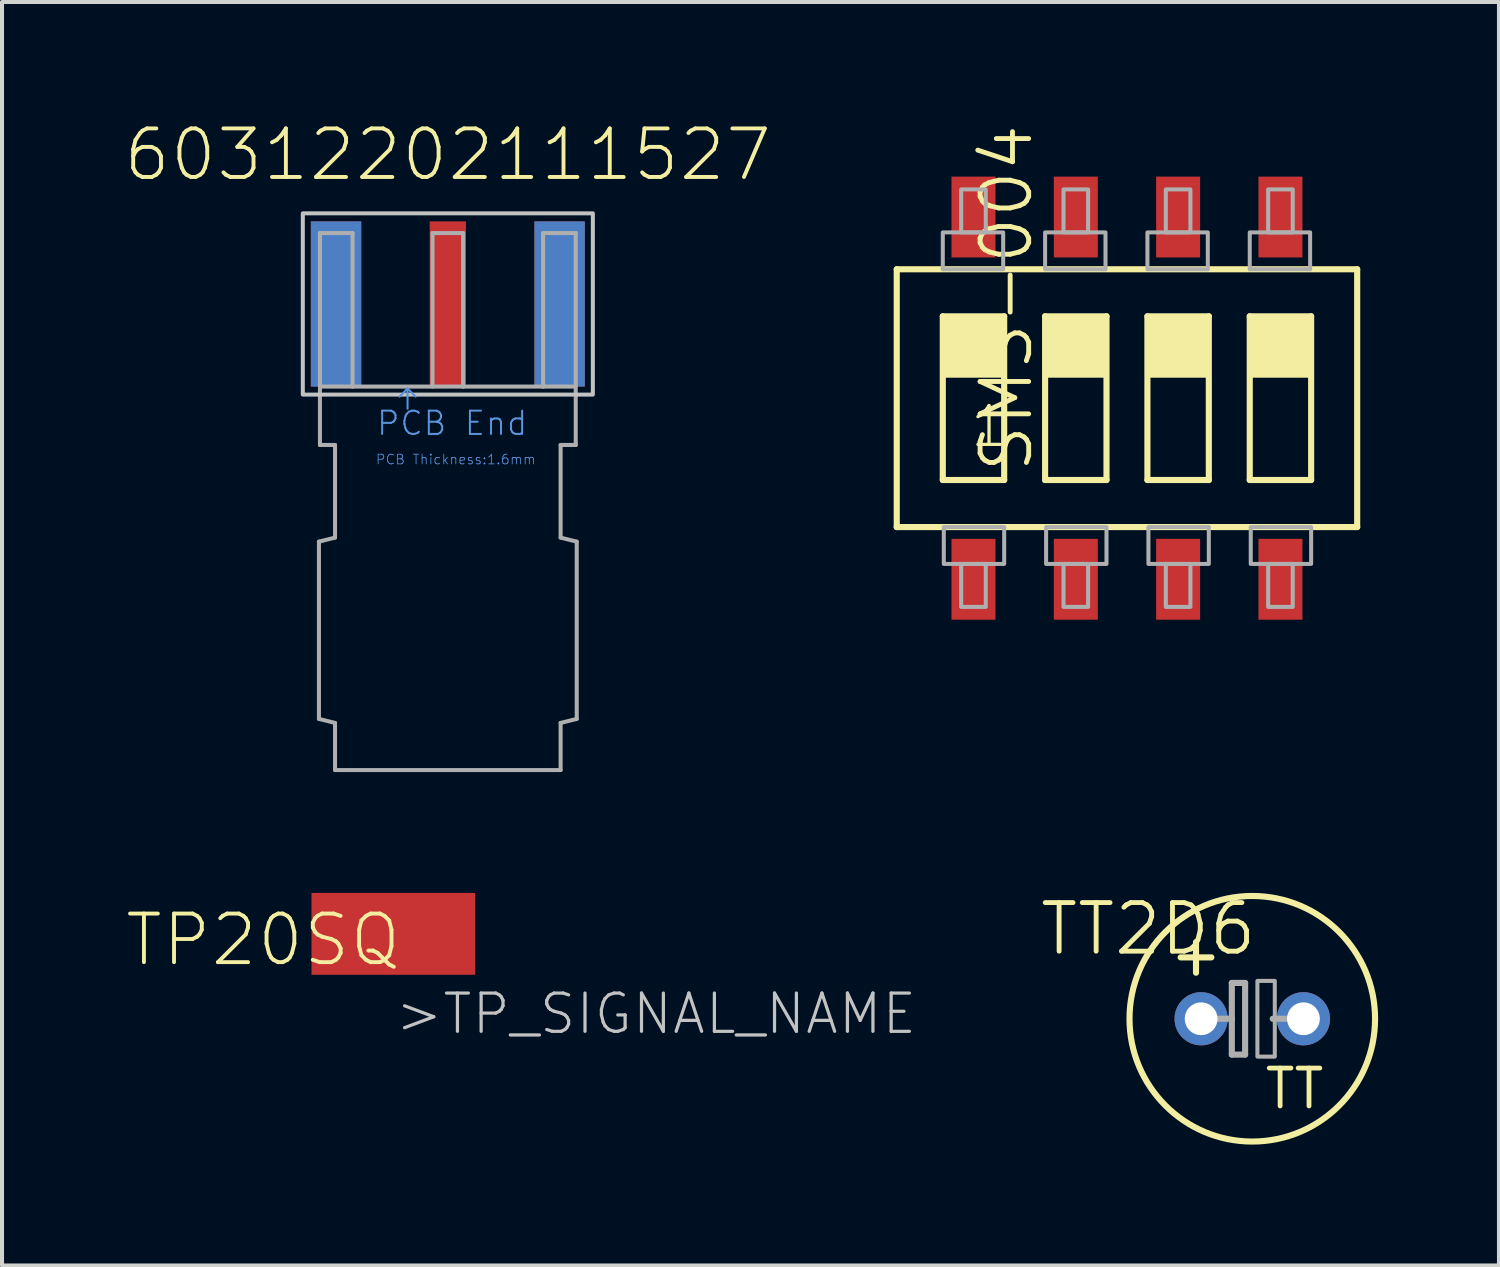
<source format=kicad_pcb>
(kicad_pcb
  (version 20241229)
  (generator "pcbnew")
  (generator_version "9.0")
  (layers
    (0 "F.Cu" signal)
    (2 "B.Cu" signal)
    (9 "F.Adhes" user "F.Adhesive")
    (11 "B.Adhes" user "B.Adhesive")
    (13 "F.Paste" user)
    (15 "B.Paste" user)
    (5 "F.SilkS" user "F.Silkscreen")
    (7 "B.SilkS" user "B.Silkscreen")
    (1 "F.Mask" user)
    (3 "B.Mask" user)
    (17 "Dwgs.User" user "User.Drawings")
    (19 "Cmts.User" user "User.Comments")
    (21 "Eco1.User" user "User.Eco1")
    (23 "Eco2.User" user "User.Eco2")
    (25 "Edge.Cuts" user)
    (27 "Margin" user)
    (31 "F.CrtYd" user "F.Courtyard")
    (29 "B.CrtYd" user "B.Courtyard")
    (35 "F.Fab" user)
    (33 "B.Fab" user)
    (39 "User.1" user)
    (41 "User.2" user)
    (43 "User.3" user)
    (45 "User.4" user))
  (footprint "TP20SQ"
    (layer "F.Cu")
    (at 6.715 20.132)
    (property "Reference" "TP20SQ" (at -6.715 0.855 0) (layer "F.SilkS") (effects (font (size 1.206 1.206) (thickness 0.097)) (justify left bottom)))
    (attr through_hole)
    (fp_text user ">TP_SIGNAL_NAME" (at 0 2.54 0) (layer "Dwgs.User") (effects (font (size 0.95 0.95) (thickness 0.08)) (justify left bottom)))
    (pad "TP" smd rect (at 0 0) (size 4.064 2.032) (layers "F.Cu" "F.Mask")))
  (footprint "SMS-004"
    (layer "F.Cu")
    (at 24.926 6.834)
    (property "Reference" "SMS-004" (at -2.286 1.905 270) (layer "F.SilkS") (effects (font (size 1.206 1.206) (thickness 0.121)) (justify left bottom)))
    (attr through_hole)
    (fp_line (start -5.715 3.2) (end -5.715 -3.2) (stroke (width 0.152) (type solid)) (layer "F.SilkS"))
    (fp_line (start -5.715 3.2) (end 5.715 3.2) (stroke (width 0.152) (type solid)) (layer "F.SilkS"))
    (fp_line (start -4.572 -2.032) (end -3.048 -2.032) (stroke (width 0.152) (type solid)) (layer "F.SilkS"))
    (fp_line (start -4.572 2.032) (end -4.572 -2.032) (stroke (width 0.152) (type solid)) (layer "F.SilkS"))
    (fp_line (start -3.048 -2.032) (end -3.048 2.032) (stroke (width 0.152) (type solid)) (layer "F.SilkS"))
    (fp_line (start -3.048 2.032) (end -4.572 2.032) (stroke (width 0.152) (type solid)) (layer "F.SilkS"))
    (fp_line (start -2.032 -2.032) (end -0.508 -2.032) (stroke (width 0.152) (type solid)) (layer "F.SilkS"))
    (fp_line (start -2.032 2.032) (end -2.032 -2.032) (stroke (width 0.152) (type solid)) (layer "F.SilkS"))
    (fp_line (start -0.508 -2.032) (end -0.508 2.032) (stroke (width 0.152) (type solid)) (layer "F.SilkS"))
    (fp_line (start -0.508 2.032) (end -2.032 2.032) (stroke (width 0.152) (type solid)) (layer "F.SilkS"))
    (fp_line (start 0.508 -2.032) (end 2.032 -2.032) (stroke (width 0.152) (type solid)) (layer "F.SilkS"))
    (fp_line (start 0.508 2.032) (end 0.508 -2.032) (stroke (width 0.152) (type solid)) (layer "F.SilkS"))
    (fp_line (start 2.032 -2.032) (end 2.032 2.032) (stroke (width 0.152) (type solid)) (layer "F.SilkS"))
    (fp_line (start 2.032 2.032) (end 0.508 2.032) (stroke (width 0.152) (type solid)) (layer "F.SilkS"))
    (fp_line (start 3.048 -2.032) (end 4.572 -2.032) (stroke (width 0.152) (type solid)) (layer "F.SilkS"))
    (fp_line (start 3.048 2.032) (end 3.048 -2.032) (stroke (width 0.152) (type solid)) (layer "F.SilkS"))
    (fp_line (start 4.572 -2.032) (end 4.572 2.032) (stroke (width 0.152) (type solid)) (layer "F.SilkS"))
    (fp_line (start 4.572 2.032) (end 3.048 2.032) (stroke (width 0.152) (type solid)) (layer "F.SilkS"))
    (fp_line (start 5.715 -3.2) (end -5.715 -3.2) (stroke (width 0.152) (type solid)) (layer "F.SilkS"))
    (fp_line (start 5.715 -3.2) (end 5.715 3.2) (stroke (width 0.152) (type solid)) (layer "F.SilkS"))
    (fp_poly (pts (xy -4.572 -0.508) (xy -3.048 -0.508) (xy -3.048 -2.032) (xy -4.572 -2.032)) (stroke (width 0) (type solid)) (fill yes) (layer "F.SilkS"))
    (fp_poly (pts (xy -2.032 -0.508) (xy -0.508 -0.508) (xy -0.508 -2.032) (xy -2.032 -2.032)) (stroke (width 0) (type solid)) (fill yes) (layer "F.SilkS"))
    (fp_poly (pts (xy 0.508 -0.508) (xy 2.032 -0.508) (xy 2.032 -2.032) (xy 0.508 -2.032)) (stroke (width 0) (type solid)) (fill yes) (layer "F.SilkS"))
    (fp_poly (pts (xy 3.048 -0.508) (xy 4.572 -0.508) (xy 4.572 -2.032) (xy 3.048 -2.032)) (stroke (width 0) (type solid)) (fill yes) (layer "F.SilkS"))
    (fp_poly (pts (xy -4.572 -3.2) (xy -3.073 -3.2) (xy -3.073 -4.115) (xy -4.572 -4.115)) (stroke (width 0.1) (type solid)) (fill no) (layer "F.Fab"))
    (fp_poly (pts (xy -4.547 4.115) (xy -3.048 4.115) (xy -3.048 3.2) (xy -4.547 3.2)) (stroke (width 0.1) (type solid)) (fill no) (layer "F.Fab"))
    (fp_poly (pts (xy -4.115 -4.115) (xy -3.505 -4.115) (xy -3.505 -5.182) (xy -4.115 -5.182)) (stroke (width 0.1) (type solid)) (fill no) (layer "F.Fab"))
    (fp_poly (pts (xy -4.115 5.182) (xy -3.505 5.182) (xy -3.505 4.115) (xy -4.115 4.115)) (stroke (width 0.1) (type solid)) (fill no) (layer "F.Fab"))
    (fp_poly (pts (xy -2.032 -3.2) (xy -0.533 -3.2) (xy -0.533 -4.115) (xy -2.032 -4.115)) (stroke (width 0.1) (type solid)) (fill no) (layer "F.Fab"))
    (fp_poly (pts (xy -2.007 4.115) (xy -0.508 4.115) (xy -0.508 3.2) (xy -2.007 3.2)) (stroke (width 0.1) (type solid)) (fill no) (layer "F.Fab"))
    (fp_poly (pts (xy -1.575 -4.115) (xy -0.965 -4.115) (xy -0.965 -5.182) (xy -1.575 -5.182)) (stroke (width 0.1) (type solid)) (fill no) (layer "F.Fab"))
    (fp_poly (pts (xy -1.575 5.182) (xy -0.965 5.182) (xy -0.965 4.115) (xy -1.575 4.115)) (stroke (width 0.1) (type solid)) (fill no) (layer "F.Fab"))
    (fp_poly (pts (xy 0.508 -3.2) (xy 2.007 -3.2) (xy 2.007 -4.115) (xy 0.508 -4.115)) (stroke (width 0.1) (type solid)) (fill no) (layer "F.Fab"))
    (fp_poly (pts (xy 0.533 4.115) (xy 2.032 4.115) (xy 2.032 3.2) (xy 0.533 3.2)) (stroke (width 0.1) (type solid)) (fill no) (layer "F.Fab"))
    (fp_poly (pts (xy 0.965 -4.115) (xy 1.575 -4.115) (xy 1.575 -5.182) (xy 0.965 -5.182)) (stroke (width 0.1) (type solid)) (fill no) (layer "F.Fab"))
    (fp_poly (pts (xy 0.965 5.182) (xy 1.575 5.182) (xy 1.575 4.115) (xy 0.965 4.115)) (stroke (width 0.1) (type solid)) (fill no) (layer "F.Fab"))
    (fp_poly (pts (xy 3.048 -3.2) (xy 4.547 -3.2) (xy 4.547 -4.115) (xy 3.048 -4.115)) (stroke (width 0.1) (type solid)) (fill no) (layer "F.Fab"))
    (fp_poly (pts (xy 3.073 4.115) (xy 4.572 4.115) (xy 4.572 3.2) (xy 3.073 3.2)) (stroke (width 0.1) (type solid)) (fill no) (layer "F.Fab"))
    (fp_poly (pts (xy 3.505 -4.115) (xy 4.115 -4.115) (xy 4.115 -5.182) (xy 3.505 -5.182)) (stroke (width 0.1) (type solid)) (fill no) (layer "F.Fab"))
    (fp_poly (pts (xy 3.505 5.182) (xy 4.115 5.182) (xy 4.115 4.115) (xy 3.505 4.115)) (stroke (width 0.1) (type solid)) (fill no) (layer "F.Fab"))
    (fp_text user "1" (at -3.937 1.27 0) (layer "F.SilkS") (effects (font (size 0.965 0.965) (thickness 0.081)) (justify left bottom)))
    (pad "1" smd rect (at -3.81 4.496) (size 1.092 2.007) (layers "F.Cu" "F.Mask" "F.Paste"))
    (pad "2" smd rect (at -1.27 4.496) (size 1.092 2.007) (layers "F.Cu" "F.Mask" "F.Paste"))
    (pad "3" smd rect (at 1.27 4.496) (size 1.092 2.007) (layers "F.Cu" "F.Mask" "F.Paste"))
    (pad "4" smd rect (at 3.81 4.496) (size 1.092 2.007) (layers "F.Cu" "F.Mask" "F.Paste"))
    (pad "5" smd rect (at 3.81 -4.496) (size 1.092 2.007) (layers "F.Cu" "F.Mask" "F.Paste"))
    (pad "6" smd rect (at 1.27 -4.496) (size 1.092 2.007) (layers "F.Cu" "F.Mask" "F.Paste"))
    (pad "7" smd rect (at -1.27 -4.496) (size 1.092 2.007) (layers "F.Cu" "F.Mask" "F.Paste"))
    (pad "8" smd rect (at -3.81 -4.496) (size 1.092 2.007) (layers "F.Cu" "F.Mask" "F.Paste")))
  (footprint "TT2D6"
    (layer "F.Cu")
    (at 28.037 22.24)
    (property "Reference" "TT2D6" (at -5.334 -1.524 0) (layer "F.SilkS") (effects (font (size 1.206 1.206) (thickness 0.121)) (justify left bottom)))
    (attr through_hole)
    (fp_line (start -1.778 -1.524) (end -1.016 -1.524) (stroke (width 0.152) (type solid)) (layer "F.SilkS"))
    (fp_line (start -1.397 -1.143) (end -1.397 -1.905) (stroke (width 0.152) (type solid)) (layer "F.SilkS"))
    (fp_circle (center 0 0) (end 3.048 0) (stroke (width 0.152) (type solid)) (fill no) (layer "F.SilkS"))
    (fp_line (start -1.016 0) (end -0.508 0) (stroke (width 0.152) (type solid)) (layer "F.Fab"))
    (fp_line (start -0.508 -0.889) (end -0.508 0) (stroke (width 0.152) (type solid)) (layer "F.Fab"))
    (fp_line (start -0.508 0) (end -0.508 0.889) (stroke (width 0.152) (type solid)) (layer "F.Fab"))
    (fp_line (start -0.508 0.889) (end -0.178 0.889) (stroke (width 0.152) (type solid)) (layer "F.Fab"))
    (fp_line (start -0.178 -0.889) (end -0.508 -0.889) (stroke (width 0.152) (type solid)) (layer "F.Fab"))
    (fp_line (start -0.178 0.889) (end -0.178 -0.889) (stroke (width 0.152) (type solid)) (layer "F.Fab"))
    (fp_line (start 0.508 0) (end 1.016 0) (stroke (width 0.152) (type solid)) (layer "F.Fab"))
    (fp_poly (pts (xy 0.127 0.94) (xy 0.559 0.94) (xy 0.559 -0.94) (xy 0.127 -0.94)) (stroke (width 0.1) (type solid)) (fill no) (layer "F.Fab"))
    (fp_text user "TT" (at 0.254 2.286 0) (layer "F.SilkS") (effects (font (size 0.941 0.941) (thickness 0.119)) (justify left bottom)))
    (pad "+" thru_hole circle (at -1.27 0) (size 1.321 1.321) (drill 0.813) (layers "*.Cu" "*.Mask"))
    (pad "-" thru_hole circle (at 1.27 0) (size 1.321 1.321) (drill 0.813) (layers "*.Cu" "*.Mask")))
  (footprint "60312202111527"
    (layer "F.Cu")
    (at 8.067 4.496)
    (property "Reference" "60312202111527" (at 0 -3 0) (layer "F.SilkS") (effects (font (size 1.206 1.206) (thickness 0.097)) (justify bottom)))
    (attr through_hole)
    (fp_poly (pts (xy -3.6 -2.25) (xy 3.6 -2.25) (xy 3.6 2.25) (xy -3.6 2.25)) (stroke (width 0.1) (type solid)) (fill no) (layer "Dwgs.User"))
    (fp_line (start -1 2.1) (end -1.2 2.3) (stroke (width 0.05) (type solid)) (layer "Cmts.User"))
    (fp_line (start -1 2.1) (end -0.8 2.3) (stroke (width 0.05) (type solid)) (layer "Cmts.User"))
    (fp_line (start -1 2.6) (end -1 2.1) (stroke (width 0.05) (type solid)) (layer "Cmts.User"))
    (fp_line (start -3.2 5.9) (end -3.2 10.3) (stroke (width 0.1) (type solid)) (layer "F.Fab"))
    (fp_line (start -3.2 10.3) (end -2.8 10.4) (stroke (width 0.1) (type solid)) (layer "F.Fab"))
    (fp_line (start -3.175 -1.76) (end -2.365 -1.76) (stroke (width 0.1) (type solid)) (layer "F.Fab"))
    (fp_line (start -3.175 2.05) (end -3.175 -1.76) (stroke (width 0.1) (type solid)) (layer "F.Fab"))
    (fp_line (start -3.175 2.05) (end -2.365 2.05) (stroke (width 0.1) (type solid)) (layer "F.Fab"))
    (fp_line (start -3.175 2.1) (end -3.175 3.5) (stroke (width 0.1) (type solid)) (layer "F.Fab"))
    (fp_line (start -3.175 3.5) (end -2.8 3.5) (stroke (width 0.1) (type solid)) (layer "F.Fab"))
    (fp_line (start -2.8 3.5) (end -2.8 5.8) (stroke (width 0.1) (type solid)) (layer "F.Fab"))
    (fp_line (start -2.8 5.8) (end -3.2 5.9) (stroke (width 0.1) (type solid)) (layer "F.Fab"))
    (fp_line (start -2.8 10.4) (end -2.8 11.57) (stroke (width 0.1) (type solid)) (layer "F.Fab"))
    (fp_line (start -2.8 11.57) (end 2.8 11.57) (stroke (width 0.1) (type solid)) (layer "F.Fab"))
    (fp_line (start -2.365 -1.76) (end -2.365 2.05) (stroke (width 0.1) (type solid)) (layer "F.Fab"))
    (fp_line (start -2.365 2.05) (end 0.38 2.05) (stroke (width 0.1) (type solid)) (layer "F.Fab"))
    (fp_line (start -0.38 -1.76) (end 0.38 -1.76) (stroke (width 0.1) (type solid)) (layer "F.Fab"))
    (fp_line (start -0.38 2.05) (end -0.38 -1.76) (stroke (width 0.1) (type solid)) (layer "F.Fab"))
    (fp_line (start 0.38 -1.76) (end 0.38 2.05) (stroke (width 0.1) (type solid)) (layer "F.Fab"))
    (fp_line (start 0.38 2.05) (end 2.365 2.05) (stroke (width 0.1) (type solid)) (layer "F.Fab"))
    (fp_line (start 2.365 -1.76) (end 3.175 -1.76) (stroke (width 0.1) (type solid)) (layer "F.Fab"))
    (fp_line (start 2.365 2.05) (end 2.365 -1.76) (stroke (width 0.1) (type solid)) (layer "F.Fab"))
    (fp_line (start 2.365 2.05) (end 3.175 2.05) (stroke (width 0.1) (type solid)) (layer "F.Fab"))
    (fp_line (start 2.8 3.5) (end 2.8 5.8) (stroke (width 0.1) (type solid)) (layer "F.Fab"))
    (fp_line (start 2.8 5.8) (end 3.2 5.9) (stroke (width 0.1) (type solid)) (layer "F.Fab"))
    (fp_line (start 2.8 10.4) (end 2.8 11.57) (stroke (width 0.1) (type solid)) (layer "F.Fab"))
    (fp_line (start 3.175 -1.76) (end 3.175 2.05) (stroke (width 0.1) (type solid)) (layer "F.Fab"))
    (fp_line (start 3.175 2.1) (end 3.175 3.5) (stroke (width 0.1) (type solid)) (layer "F.Fab"))
    (fp_line (start 3.175 3.5) (end 2.8 3.5) (stroke (width 0.1) (type solid)) (layer "F.Fab"))
    (fp_line (start 3.2 5.9) (end 3.2 10.3) (stroke (width 0.1) (type solid)) (layer "F.Fab"))
    (fp_line (start 3.2 10.3) (end 2.8 10.4) (stroke (width 0.1) (type solid)) (layer "F.Fab"))
    (fp_text user "PCB End" (at -1.8 3.3 0) (layer "Cmts.User") (effects (font (size 0.579 0.579) (thickness 0.049)) (justify left bottom)))
    (fp_text user "PCB Thickness:1.6mm" (at -1.8 4 0) (layer "Cmts.User") (effects (font (size 0.241 0.241) (thickness 0.02)) (justify left bottom)))
    (pad "1" smd rect (at 0 0) (size 0.9 4.1) (layers "F.Cu" "F.Mask" "F.Paste"))
    (pad "2" smd rect (at -2.775 0) (size 1.25 4.1) (layers "F.Cu" "F.Mask" "F.Paste"))
    (pad "3" smd rect (at 2.775 0 180) (size 1.25 4.1) (layers "F.Cu" "F.Mask" "F.Paste"))
    (pad "4" smd rect (at -2.775 0) (size 1.25 4.1) (layers "B.Cu" "B.Mask" "B.Paste"))
    (pad "5" smd rect (at 2.775 0 180) (size 1.25 4.1) (layers "B.Cu" "B.Mask" "B.Paste")))
  (gr_rect
    (start -3 -3)
    (end 34.161 28.364)
    (stroke (width 0.1) (type default))
    (fill no)
    (layer "Edge.Cuts")))
</source>
